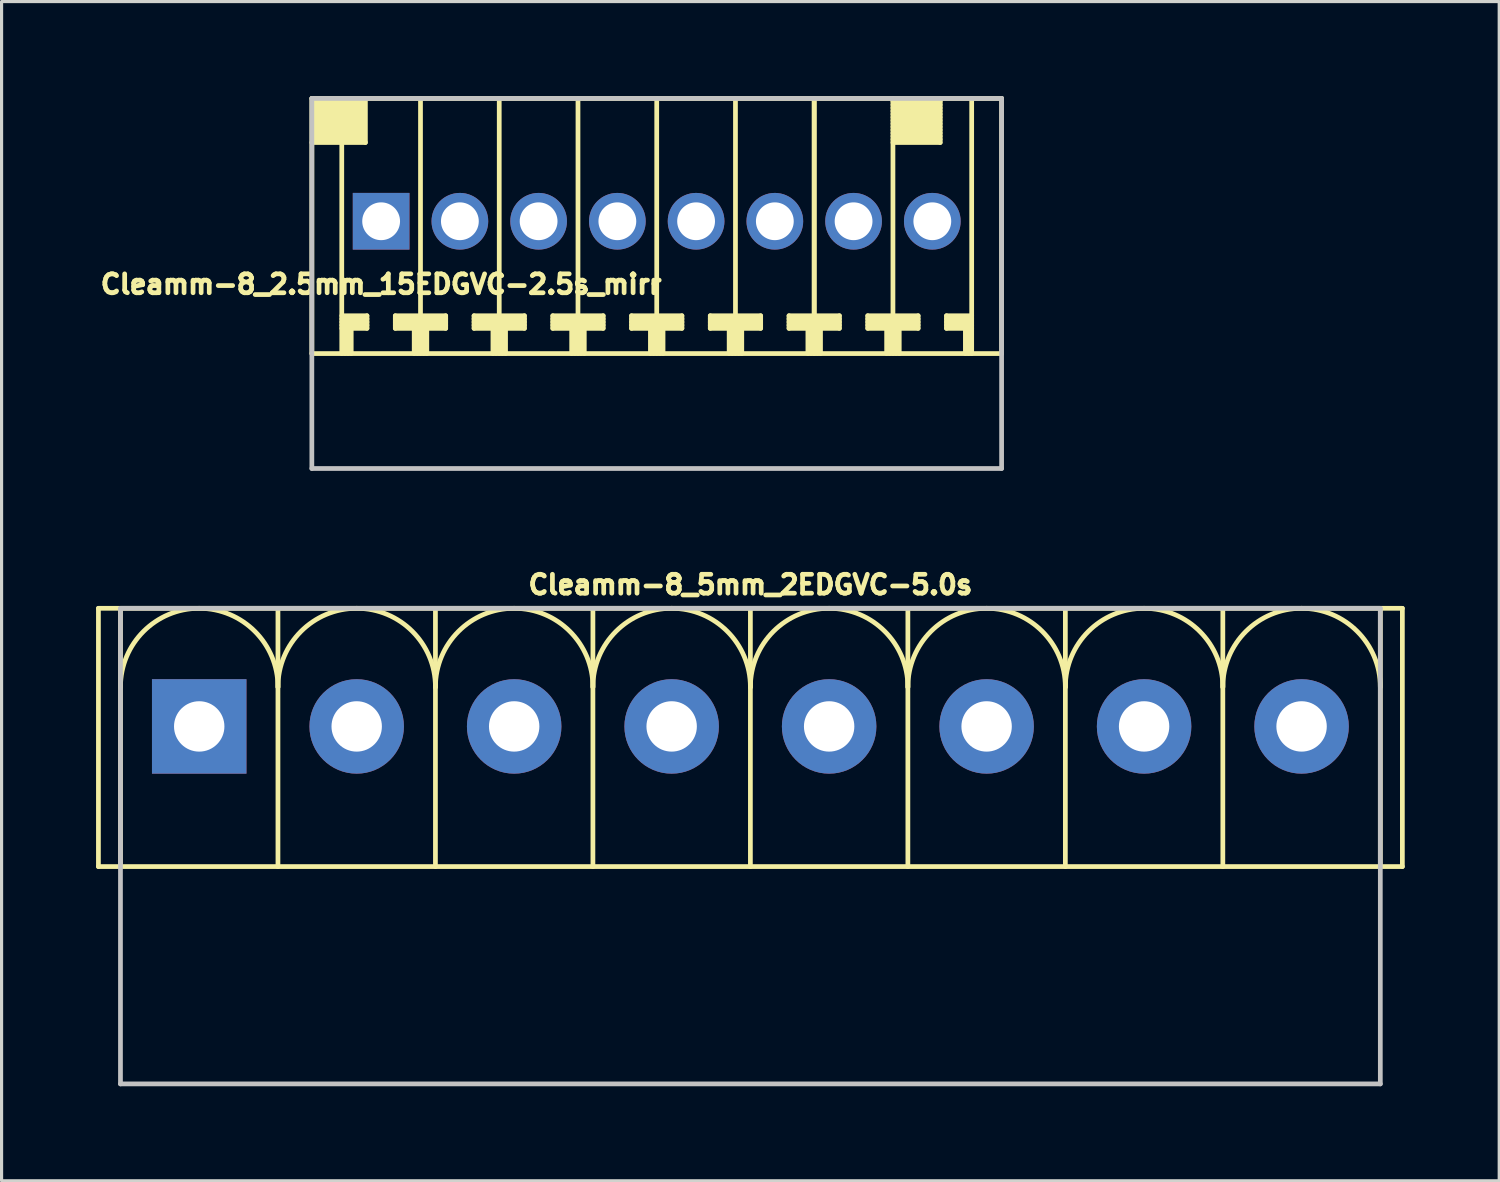
<source format=kicad_pcb>
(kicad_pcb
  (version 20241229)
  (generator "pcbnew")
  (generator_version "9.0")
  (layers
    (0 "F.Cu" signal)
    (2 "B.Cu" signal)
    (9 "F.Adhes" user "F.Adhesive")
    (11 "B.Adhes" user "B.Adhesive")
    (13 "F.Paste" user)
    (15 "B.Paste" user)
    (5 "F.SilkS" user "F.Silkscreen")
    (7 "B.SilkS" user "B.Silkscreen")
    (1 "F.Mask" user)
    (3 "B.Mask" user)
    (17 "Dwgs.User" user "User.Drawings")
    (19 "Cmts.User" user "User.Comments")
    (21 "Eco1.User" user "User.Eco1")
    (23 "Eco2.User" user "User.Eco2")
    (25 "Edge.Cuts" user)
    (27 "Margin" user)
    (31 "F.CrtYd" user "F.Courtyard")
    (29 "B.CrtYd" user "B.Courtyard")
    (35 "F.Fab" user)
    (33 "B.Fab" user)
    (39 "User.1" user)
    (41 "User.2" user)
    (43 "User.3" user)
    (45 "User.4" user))
  (footprint "Cleamm-8_5mm_2EDGVC-5.0s"
    (layer "F.Cu")
    (at 20.775 20.014)
    (property "Reference" "Cleamm-8_5mm_2EDGVC-5.0s" (at 0 -4.5 0) (layer "F.SilkS") (effects (font (size 0.6 0.6) (thickness 0.15))))
    (attr through_hole)
    (fp_line (start -20.7 -3.75) (end -20.7 4.45) (stroke (width 0.15) (type solid)) (layer "F.SilkS"))
    (fp_line (start -20 4.45) (end -20 -3.75) (stroke (width 0.15) (type solid)) (layer "F.SilkS"))
    (fp_line (start -15 -3.75) (end -15 4.45) (stroke (width 0.15) (type solid)) (layer "F.SilkS"))
    (fp_line (start -10 -3.75) (end -10 4.45) (stroke (width 0.15) (type solid)) (layer "F.SilkS"))
    (fp_line (start -5 4.45) (end -5 -3.75) (stroke (width 0.15) (type solid)) (layer "F.SilkS"))
    (fp_line (start 0 -3.75) (end 0 4.45) (stroke (width 0.15) (type solid)) (layer "F.SilkS"))
    (fp_line (start 5 4.45) (end 5 -3.75) (stroke (width 0.15) (type solid)) (layer "F.SilkS"))
    (fp_line (start 10 4.45) (end 10 -3.75) (stroke (width 0.15) (type solid)) (layer "F.SilkS"))
    (fp_line (start 15 4.45) (end 15 -3.75) (stroke (width 0.15) (type solid)) (layer "F.SilkS"))
    (fp_line (start 20 4.45) (end 20 -3.75) (stroke (width 0.15) (type solid)) (layer "F.SilkS"))
    (fp_line (start 20.7 -3.75) (end -20.7 -3.75) (stroke (width 0.15) (type solid)) (layer "F.SilkS"))
    (fp_line (start 20.7 -3.75) (end 20.7 4.45) (stroke (width 0.15) (type solid)) (layer "F.SilkS"))
    (fp_line (start 20.7 4.45) (end -20.7 4.45) (stroke (width 0.15) (type solid)) (layer "F.SilkS"))
    (fp_arc (start -20 -1.25) (mid -17.5 -3.75) (end -15 -1.25) (stroke (width 0.15) (type solid)) (layer "F.SilkS"))
    (fp_arc (start -15 -1.25) (mid -12.5 -3.75) (end -10 -1.25) (stroke (width 0.15) (type solid)) (layer "F.SilkS"))
    (fp_arc (start -10 -1.25) (mid -7.5 -3.75) (end -5 -1.25) (stroke (width 0.15) (type solid)) (layer "F.SilkS"))
    (fp_arc (start -5 -1.25) (mid -2.5 -3.75) (end 0 -1.25) (stroke (width 0.15) (type solid)) (layer "F.SilkS"))
    (fp_arc (start 0 -1.25) (mid 2.5 -3.75) (end 5 -1.25) (stroke (width 0.15) (type solid)) (layer "F.SilkS"))
    (fp_arc (start 5 -1.25) (mid 7.5 -3.75) (end 10 -1.25) (stroke (width 0.15) (type solid)) (layer "F.SilkS"))
    (fp_arc (start 10 -1.25) (mid 12.5 -3.75) (end 15 -1.25) (stroke (width 0.15) (type solid)) (layer "F.SilkS"))
    (fp_arc (start 15 -1.25) (mid 17.5 -3.75) (end 20 -1.25) (stroke (width 0.15) (type solid)) (layer "F.SilkS"))
    (fp_line (start -20 -3.75) (end -20 11.35) (stroke (width 0.15) (type solid)) (layer "Dwgs.User"))
    (fp_line (start -20 -3.75) (end 20 -3.75) (stroke (width 0.15) (type solid)) (layer "Dwgs.User"))
    (fp_line (start 20 11.35) (end -20 11.35) (stroke (width 0.15) (type solid)) (layer "Dwgs.User"))
    (fp_line (start 20 11.35) (end 20 -3.75) (stroke (width 0.15) (type solid)) (layer "Dwgs.User"))
    (pad "1" thru_hole rect (at -17.5 0) (size 3 3) (drill 1.6) (layers "*.Cu" "*.Mask"))
    (pad "2" thru_hole circle (at -12.5 0) (size 3 3) (drill 1.6) (layers "*.Cu" "*.Mask"))
    (pad "3" thru_hole circle (at -7.5 0) (size 3 3) (drill 1.6) (layers "*.Cu" "*.Mask"))
    (pad "4" thru_hole circle (at -2.5 0) (size 3 3) (drill 1.6) (layers "*.Cu" "*.Mask"))
    (pad "5" thru_hole circle (at 2.5 0) (size 3 3) (drill 1.6) (layers "*.Cu" "*.Mask"))
    (pad "6" thru_hole circle (at 7.5 0) (size 3 3) (drill 1.6) (layers "*.Cu" "*.Mask"))
    (pad "7" thru_hole circle (at 12.5 0) (size 3 3) (drill 1.6) (layers "*.Cu" "*.Mask"))
    (pad "8" thru_hole circle (at 17.5 0) (size 3 3) (drill 1.6) (layers "*.Cu" "*.Mask")))
  (footprint "Cleamm-8_2.5mm_15EDGVC-2.5s_mirr"
    (layer "F.Cu")
    (at 17.801 3.975)
    (property "Reference" "Cleamm-8_2.5mm_15EDGVC-2.5s_mirr" (at -8.75 2 0) (layer "F.SilkS") (effects (font (size 0.6 0.6) (thickness 0.15))))
    (attr through_hole)
    (fp_line (start -10.95 -3.9) (end -10.95 4.2) (stroke (width 0.15) (type solid)) (layer "F.SilkS"))
    (fp_line (start -10.95 -2.5) (end -9.25 -2.5) (stroke (width 0.15) (type solid)) (layer "F.SilkS"))
    (fp_line (start -10.9 -3.7) (end -9.3 -3.7) (stroke (width 0.15) (type solid)) (layer "F.SilkS"))
    (fp_line (start -10.9 -3.5) (end -9.3 -3.5) (stroke (width 0.15) (type solid)) (layer "F.SilkS"))
    (fp_line (start -10.9 -3.3) (end -9.3 -3.3) (stroke (width 0.15) (type solid)) (layer "F.SilkS"))
    (fp_line (start -10.9 -3.1) (end -9.3 -3.1) (stroke (width 0.15) (type solid)) (layer "F.SilkS"))
    (fp_line (start -10.9 -2.9) (end -9.3 -2.9) (stroke (width 0.15) (type solid)) (layer "F.SilkS"))
    (fp_line (start -10.9 -2.7) (end -9.3 -2.7) (stroke (width 0.15) (type solid)) (layer "F.SilkS"))
    (fp_line (start -10 -2.5) (end -10 4.2) (stroke (width 0.15) (type solid)) (layer "F.SilkS"))
    (fp_line (start -10 3.2) (end -9.2 3.2) (stroke (width 0.15) (type solid)) (layer "F.SilkS"))
    (fp_line (start -10 3.3) (end -9.2 3.3) (stroke (width 0.15) (type solid)) (layer "F.SilkS"))
    (fp_line (start -10 3.4) (end -9.2 3.4) (stroke (width 0.15) (type solid)) (layer "F.SilkS"))
    (fp_line (start -9.9 4.2) (end -9.9 3.4) (stroke (width 0.15) (type solid)) (layer "F.SilkS"))
    (fp_line (start -9.8 3.4) (end -9.8 4.2) (stroke (width 0.15) (type solid)) (layer "F.SilkS"))
    (fp_line (start -9.7 4.2) (end -9.7 3.4) (stroke (width 0.15) (type solid)) (layer "F.SilkS"))
    (fp_line (start -9.3 -3.8) (end -10.9 -3.8) (stroke (width 0.15) (type solid)) (layer "F.SilkS"))
    (fp_line (start -9.3 -3.6) (end -10.9 -3.6) (stroke (width 0.15) (type solid)) (layer "F.SilkS"))
    (fp_line (start -9.3 -3.4) (end -10.9 -3.4) (stroke (width 0.15) (type solid)) (layer "F.SilkS"))
    (fp_line (start -9.3 -3.2) (end -10.9 -3.2) (stroke (width 0.15) (type solid)) (layer "F.SilkS"))
    (fp_line (start -9.3 -3) (end -10.9 -3) (stroke (width 0.15) (type solid)) (layer "F.SilkS"))
    (fp_line (start -9.3 -2.8) (end -10.9 -2.8) (stroke (width 0.15) (type solid)) (layer "F.SilkS"))
    (fp_line (start -9.3 -2.6) (end -10.9 -2.6) (stroke (width 0.15) (type solid)) (layer "F.SilkS"))
    (fp_line (start -9.25 -2.5) (end -9.25 -3.9) (stroke (width 0.15) (type solid)) (layer "F.SilkS"))
    (fp_line (start -9.2 3) (end -10 3) (stroke (width 0.15) (type solid)) (layer "F.SilkS"))
    (fp_line (start -9.2 3.1) (end -10 3.1) (stroke (width 0.15) (type solid)) (layer "F.SilkS"))
    (fp_line (start -9.2 3.4) (end -9.2 3) (stroke (width 0.15) (type solid)) (layer "F.SilkS"))
    (fp_line (start -8.3 3) (end -8.3 3.4) (stroke (width 0.15) (type solid)) (layer "F.SilkS"))
    (fp_line (start -8.3 3.2) (end -6.7 3.2) (stroke (width 0.15) (type solid)) (layer "F.SilkS"))
    (fp_line (start -8.3 3.4) (end -7.7 3.4) (stroke (width 0.15) (type solid)) (layer "F.SilkS"))
    (fp_line (start -7.7 4.2) (end -7.7 3.4) (stroke (width 0.15) (type solid)) (layer "F.SilkS"))
    (fp_line (start -7.6 4.2) (end -7.6 3.4) (stroke (width 0.15) (type solid)) (layer "F.SilkS"))
    (fp_line (start -7.5 4.2) (end -7.5 -3.9) (stroke (width 0.15) (type solid)) (layer "F.SilkS"))
    (fp_line (start -7.4 4.2) (end -7.4 3.4) (stroke (width 0.15) (type solid)) (layer "F.SilkS"))
    (fp_line (start -7.3 3.4) (end -6.7 3.4) (stroke (width 0.15) (type solid)) (layer "F.SilkS"))
    (fp_line (start -7.3 4.2) (end -7.3 3.4) (stroke (width 0.15) (type solid)) (layer "F.SilkS"))
    (fp_line (start -6.7 3) (end -8.3 3) (stroke (width 0.15) (type solid)) (layer "F.SilkS"))
    (fp_line (start -6.7 3.1) (end -8.3 3.1) (stroke (width 0.15) (type solid)) (layer "F.SilkS"))
    (fp_line (start -6.7 3.3) (end -8.3 3.3) (stroke (width 0.15) (type solid)) (layer "F.SilkS"))
    (fp_line (start -6.7 3.4) (end -6.7 3) (stroke (width 0.15) (type solid)) (layer "F.SilkS"))
    (fp_line (start -5.8 3) (end -5.8 3.4) (stroke (width 0.15) (type solid)) (layer "F.SilkS"))
    (fp_line (start -5.8 3.2) (end -4.2 3.2) (stroke (width 0.15) (type solid)) (layer "F.SilkS"))
    (fp_line (start -5.8 3.4) (end -5.2 3.4) (stroke (width 0.15) (type solid)) (layer "F.SilkS"))
    (fp_line (start -5.2 4.2) (end -5.2 3.4) (stroke (width 0.15) (type solid)) (layer "F.SilkS"))
    (fp_line (start -5.1 4.2) (end -5.1 3.4) (stroke (width 0.15) (type solid)) (layer "F.SilkS"))
    (fp_line (start -5 -3.9) (end -5 4.2) (stroke (width 0.15) (type solid)) (layer "F.SilkS"))
    (fp_line (start -4.9 4.2) (end -4.9 3.4) (stroke (width 0.15) (type solid)) (layer "F.SilkS"))
    (fp_line (start -4.8 3.4) (end -4.2 3.4) (stroke (width 0.15) (type solid)) (layer "F.SilkS"))
    (fp_line (start -4.8 4.2) (end -4.8 3.4) (stroke (width 0.15) (type solid)) (layer "F.SilkS"))
    (fp_line (start -4.2 3) (end -5.8 3) (stroke (width 0.15) (type solid)) (layer "F.SilkS"))
    (fp_line (start -4.2 3.1) (end -5.8 3.1) (stroke (width 0.15) (type solid)) (layer "F.SilkS"))
    (fp_line (start -4.2 3.3) (end -5.8 3.3) (stroke (width 0.15) (type solid)) (layer "F.SilkS"))
    (fp_line (start -4.2 3.4) (end -4.2 3) (stroke (width 0.15) (type solid)) (layer "F.SilkS"))
    (fp_line (start -3.3 3) (end -3.3 3.4) (stroke (width 0.15) (type solid)) (layer "F.SilkS"))
    (fp_line (start -3.3 3.2) (end -1.7 3.2) (stroke (width 0.15) (type solid)) (layer "F.SilkS"))
    (fp_line (start -3.3 3.4) (end -2.7 3.4) (stroke (width 0.15) (type solid)) (layer "F.SilkS"))
    (fp_line (start -2.7 4.2) (end -2.7 3.4) (stroke (width 0.15) (type solid)) (layer "F.SilkS"))
    (fp_line (start -2.6 4.2) (end -2.6 3.4) (stroke (width 0.15) (type solid)) (layer "F.SilkS"))
    (fp_line (start -2.5 -3.9) (end -2.5 4.2) (stroke (width 0.15) (type solid)) (layer "F.SilkS"))
    (fp_line (start -2.4 4.2) (end -2.4 3.4) (stroke (width 0.15) (type solid)) (layer "F.SilkS"))
    (fp_line (start -2.3 3.4) (end -1.7 3.4) (stroke (width 0.15) (type solid)) (layer "F.SilkS"))
    (fp_line (start -2.3 4.2) (end -2.3 3.4) (stroke (width 0.15) (type solid)) (layer "F.SilkS"))
    (fp_line (start -1.7 3) (end -3.3 3) (stroke (width 0.15) (type solid)) (layer "F.SilkS"))
    (fp_line (start -1.7 3.1) (end -3.3 3.1) (stroke (width 0.15) (type solid)) (layer "F.SilkS"))
    (fp_line (start -1.7 3.3) (end -3.3 3.3) (stroke (width 0.15) (type solid)) (layer "F.SilkS"))
    (fp_line (start -1.7 3.4) (end -1.7 3) (stroke (width 0.15) (type solid)) (layer "F.SilkS"))
    (fp_line (start -0.8 3) (end -0.8 3.4) (stroke (width 0.15) (type solid)) (layer "F.SilkS"))
    (fp_line (start -0.8 3.2) (end 0.8 3.2) (stroke (width 0.15) (type solid)) (layer "F.SilkS"))
    (fp_line (start -0.8 3.4) (end -0.2 3.4) (stroke (width 0.15) (type solid)) (layer "F.SilkS"))
    (fp_line (start -0.2 4.2) (end -0.2 3.4) (stroke (width 0.15) (type solid)) (layer "F.SilkS"))
    (fp_line (start -0.1 4.2) (end -0.1 3.4) (stroke (width 0.15) (type solid)) (layer "F.SilkS"))
    (fp_line (start 0 4.2) (end 0 -3.9) (stroke (width 0.15) (type solid)) (layer "F.SilkS"))
    (fp_line (start 0.1 4.2) (end 0.1 3.4) (stroke (width 0.15) (type solid)) (layer "F.SilkS"))
    (fp_line (start 0.2 3.4) (end 0.8 3.4) (stroke (width 0.15) (type solid)) (layer "F.SilkS"))
    (fp_line (start 0.2 4.2) (end 0.2 3.4) (stroke (width 0.15) (type solid)) (layer "F.SilkS"))
    (fp_line (start 0.8 3) (end -0.8 3) (stroke (width 0.15) (type solid)) (layer "F.SilkS"))
    (fp_line (start 0.8 3.1) (end -0.8 3.1) (stroke (width 0.15) (type solid)) (layer "F.SilkS"))
    (fp_line (start 0.8 3.3) (end -0.8 3.3) (stroke (width 0.15) (type solid)) (layer "F.SilkS"))
    (fp_line (start 0.8 3.4) (end 0.8 3) (stroke (width 0.15) (type solid)) (layer "F.SilkS"))
    (fp_line (start 1.7 3) (end 1.7 3.4) (stroke (width 0.15) (type solid)) (layer "F.SilkS"))
    (fp_line (start 1.7 3.2) (end 3.3 3.2) (stroke (width 0.15) (type solid)) (layer "F.SilkS"))
    (fp_line (start 1.7 3.4) (end 2.3 3.4) (stroke (width 0.15) (type solid)) (layer "F.SilkS"))
    (fp_line (start 2.3 4.2) (end 2.3 3.4) (stroke (width 0.15) (type solid)) (layer "F.SilkS"))
    (fp_line (start 2.4 4.2) (end 2.4 3.4) (stroke (width 0.15) (type solid)) (layer "F.SilkS"))
    (fp_line (start 2.5 4.2) (end 2.5 -3.9) (stroke (width 0.15) (type solid)) (layer "F.SilkS"))
    (fp_line (start 2.6 4.2) (end 2.6 3.4) (stroke (width 0.15) (type solid)) (layer "F.SilkS"))
    (fp_line (start 2.7 3.4) (end 3.3 3.4) (stroke (width 0.15) (type solid)) (layer "F.SilkS"))
    (fp_line (start 2.7 4.2) (end 2.7 3.4) (stroke (width 0.15) (type solid)) (layer "F.SilkS"))
    (fp_line (start 3.3 3) (end 1.7 3) (stroke (width 0.15) (type solid)) (layer "F.SilkS"))
    (fp_line (start 3.3 3.1) (end 1.7 3.1) (stroke (width 0.15) (type solid)) (layer "F.SilkS"))
    (fp_line (start 3.3 3.3) (end 1.7 3.3) (stroke (width 0.15) (type solid)) (layer "F.SilkS"))
    (fp_line (start 3.3 3.4) (end 3.3 3) (stroke (width 0.15) (type solid)) (layer "F.SilkS"))
    (fp_line (start 4.2 3) (end 4.2 3.4) (stroke (width 0.15) (type solid)) (layer "F.SilkS"))
    (fp_line (start 4.2 3.2) (end 5.8 3.2) (stroke (width 0.15) (type solid)) (layer "F.SilkS"))
    (fp_line (start 4.2 3.4) (end 4.8 3.4) (stroke (width 0.15) (type solid)) (layer "F.SilkS"))
    (fp_line (start 4.8 4.2) (end 4.8 3.4) (stroke (width 0.15) (type solid)) (layer "F.SilkS"))
    (fp_line (start 4.9 4.2) (end 4.9 3.4) (stroke (width 0.15) (type solid)) (layer "F.SilkS"))
    (fp_line (start 5 4.2) (end 5 -3.9) (stroke (width 0.15) (type solid)) (layer "F.SilkS"))
    (fp_line (start 5 4.2) (end 5 -3.9) (stroke (width 0.15) (type solid)) (layer "F.SilkS"))
    (fp_line (start 5.1 4.2) (end 5.1 3.4) (stroke (width 0.15) (type solid)) (layer "F.SilkS"))
    (fp_line (start 5.2 3.4) (end 5.8 3.4) (stroke (width 0.15) (type solid)) (layer "F.SilkS"))
    (fp_line (start 5.2 4.2) (end 5.2 3.4) (stroke (width 0.15) (type solid)) (layer "F.SilkS"))
    (fp_line (start 5.8 3) (end 4.2 3) (stroke (width 0.15) (type solid)) (layer "F.SilkS"))
    (fp_line (start 5.8 3.1) (end 4.2 3.1) (stroke (width 0.15) (type solid)) (layer "F.SilkS"))
    (fp_line (start 5.8 3.3) (end 4.2 3.3) (stroke (width 0.15) (type solid)) (layer "F.SilkS"))
    (fp_line (start 5.8 3.4) (end 5.8 3) (stroke (width 0.15) (type solid)) (layer "F.SilkS"))
    (fp_line (start 6.7 3) (end 6.7 3.4) (stroke (width 0.15) (type solid)) (layer "F.SilkS"))
    (fp_line (start 6.7 3.2) (end 8.3 3.2) (stroke (width 0.15) (type solid)) (layer "F.SilkS"))
    (fp_line (start 6.7 3.4) (end 7.3 3.4) (stroke (width 0.15) (type solid)) (layer "F.SilkS"))
    (fp_line (start 7.3 4.2) (end 7.3 3.4) (stroke (width 0.15) (type solid)) (layer "F.SilkS"))
    (fp_line (start 7.4 4.2) (end 7.4 3.4) (stroke (width 0.15) (type solid)) (layer "F.SilkS"))
    (fp_line (start 7.5 -3.7) (end 9 -3.7) (stroke (width 0.15) (type solid)) (layer "F.SilkS"))
    (fp_line (start 7.5 -3.6) (end 9 -3.6) (stroke (width 0.15) (type solid)) (layer "F.SilkS"))
    (fp_line (start 7.5 -3.3) (end 9 -3.3) (stroke (width 0.15) (type solid)) (layer "F.SilkS"))
    (fp_line (start 7.5 -3.1) (end 9 -3.1) (stroke (width 0.15) (type solid)) (layer "F.SilkS"))
    (fp_line (start 7.5 -3) (end 9 -3) (stroke (width 0.15) (type solid)) (layer "F.SilkS"))
    (fp_line (start 7.5 -2.8) (end 9 -2.8) (stroke (width 0.15) (type solid)) (layer "F.SilkS"))
    (fp_line (start 7.5 -2.6) (end 9 -2.6) (stroke (width 0.15) (type solid)) (layer "F.SilkS"))
    (fp_line (start 7.5 4.2) (end 7.5 -3.9) (stroke (width 0.15) (type solid)) (layer "F.SilkS"))
    (fp_line (start 7.6 4.2) (end 7.6 3.4) (stroke (width 0.15) (type solid)) (layer "F.SilkS"))
    (fp_line (start 7.7 3.4) (end 8.3 3.4) (stroke (width 0.15) (type solid)) (layer "F.SilkS"))
    (fp_line (start 7.7 4.2) (end 7.7 3.4) (stroke (width 0.15) (type solid)) (layer "F.SilkS"))
    (fp_line (start 8.3 3) (end 6.7 3) (stroke (width 0.15) (type solid)) (layer "F.SilkS"))
    (fp_line (start 8.3 3.1) (end 6.7 3.1) (stroke (width 0.15) (type solid)) (layer "F.SilkS"))
    (fp_line (start 8.3 3.3) (end 6.7 3.3) (stroke (width 0.15) (type solid)) (layer "F.SilkS"))
    (fp_line (start 8.3 3.4) (end 8.3 3) (stroke (width 0.15) (type solid)) (layer "F.SilkS"))
    (fp_line (start 9 -3.8) (end 7.5 -3.8) (stroke (width 0.15) (type solid)) (layer "F.SilkS"))
    (fp_line (start 9 -3.5) (end 7.5 -3.5) (stroke (width 0.15) (type solid)) (layer "F.SilkS"))
    (fp_line (start 9 -3.4) (end 7.5 -3.4) (stroke (width 0.15) (type solid)) (layer "F.SilkS"))
    (fp_line (start 9 -3.2) (end 7.5 -3.2) (stroke (width 0.15) (type solid)) (layer "F.SilkS"))
    (fp_line (start 9 -2.9) (end 7.5 -2.9) (stroke (width 0.15) (type solid)) (layer "F.SilkS"))
    (fp_line (start 9 -2.7) (end 7.5 -2.7) (stroke (width 0.15) (type solid)) (layer "F.SilkS"))
    (fp_line (start 9 -2.5) (end 7.5 -2.5) (stroke (width 0.15) (type solid)) (layer "F.SilkS"))
    (fp_line (start 9 -2.5) (end 9 -3.9) (stroke (width 0.15) (type solid)) (layer "F.SilkS"))
    (fp_line (start 9.2 3) (end 10 3) (stroke (width 0.15) (type solid)) (layer "F.SilkS"))
    (fp_line (start 9.2 3.1) (end 10 3.1) (stroke (width 0.15) (type solid)) (layer "F.SilkS"))
    (fp_line (start 9.2 3.4) (end 9.2 3) (stroke (width 0.15) (type solid)) (layer "F.SilkS"))
    (fp_line (start 9.8 4.2) (end 9.8 3.4) (stroke (width 0.15) (type solid)) (layer "F.SilkS"))
    (fp_line (start 9.9 4.2) (end 9.9 3.4) (stroke (width 0.15) (type solid)) (layer "F.SilkS"))
    (fp_line (start 10 3.2) (end 9.2 3.2) (stroke (width 0.15) (type solid)) (layer "F.SilkS"))
    (fp_line (start 10 3.3) (end 9.2 3.3) (stroke (width 0.15) (type solid)) (layer "F.SilkS"))
    (fp_line (start 10 3.4) (end 9.2 3.4) (stroke (width 0.15) (type solid)) (layer "F.SilkS"))
    (fp_line (start 10 4.2) (end 10 -3.9) (stroke (width 0.15) (type solid)) (layer "F.SilkS"))
    (fp_line (start 10.95 -3.9) (end -10.95 -3.9) (stroke (width 0.15) (type solid)) (layer "F.SilkS"))
    (fp_line (start 10.95 -3.9) (end 10.95 4.2) (stroke (width 0.15) (type solid)) (layer "F.SilkS"))
    (fp_line (start 10.95 4.2) (end -10.95 4.2) (stroke (width 0.15) (type solid)) (layer "F.SilkS"))
    (fp_line (start -10.95 -3.9) (end -10.95 7.85) (stroke (width 0.15) (type solid)) (layer "Dwgs.User"))
    (fp_line (start -10.95 -3.9) (end 10.95 -3.9) (stroke (width 0.15) (type solid)) (layer "Dwgs.User"))
    (fp_line (start 10.95 7.85) (end -10.95 7.85) (stroke (width 0.15) (type solid)) (layer "Dwgs.User"))
    (fp_line (start 10.95 7.85) (end 10.95 -3.9) (stroke (width 0.15) (type solid)) (layer "Dwgs.User"))
    (pad "1" thru_hole rect (at -8.75 0) (size 1.8 1.8) (drill 1.2) (layers "*.Cu" "*.Mask"))
    (pad "2" thru_hole circle (at -6.25 0) (size 1.8 1.8) (drill 1.2) (layers "*.Cu" "*.Mask"))
    (pad "3" thru_hole circle (at -3.75 0) (size 1.8 1.8) (drill 1.2) (layers "*.Cu" "*.Mask"))
    (pad "4" thru_hole circle (at -1.25 0) (size 1.8 1.8) (drill 1.2) (layers "*.Cu" "*.Mask"))
    (pad "5" thru_hole circle (at 1.25 0) (size 1.8 1.8) (drill 1.2) (layers "*.Cu" "*.Mask"))
    (pad "6" thru_hole circle (at 3.75 0) (size 1.8 1.8) (drill 1.2) (layers "*.Cu" "*.Mask"))
    (pad "7" thru_hole circle (at 6.25 0) (size 1.8 1.8) (drill 1.2) (layers "*.Cu" "*.Mask"))
    (pad "8" thru_hole circle (at 8.75 0) (size 1.8 1.8) (drill 1.2) (layers "*.Cu" "*.Mask")))
  (gr_rect
    (start -3 -3)
    (end 44.55 34.439)
    (stroke (width 0.1) (type default))
    (fill no)
    (layer "Edge.Cuts")))
</source>
